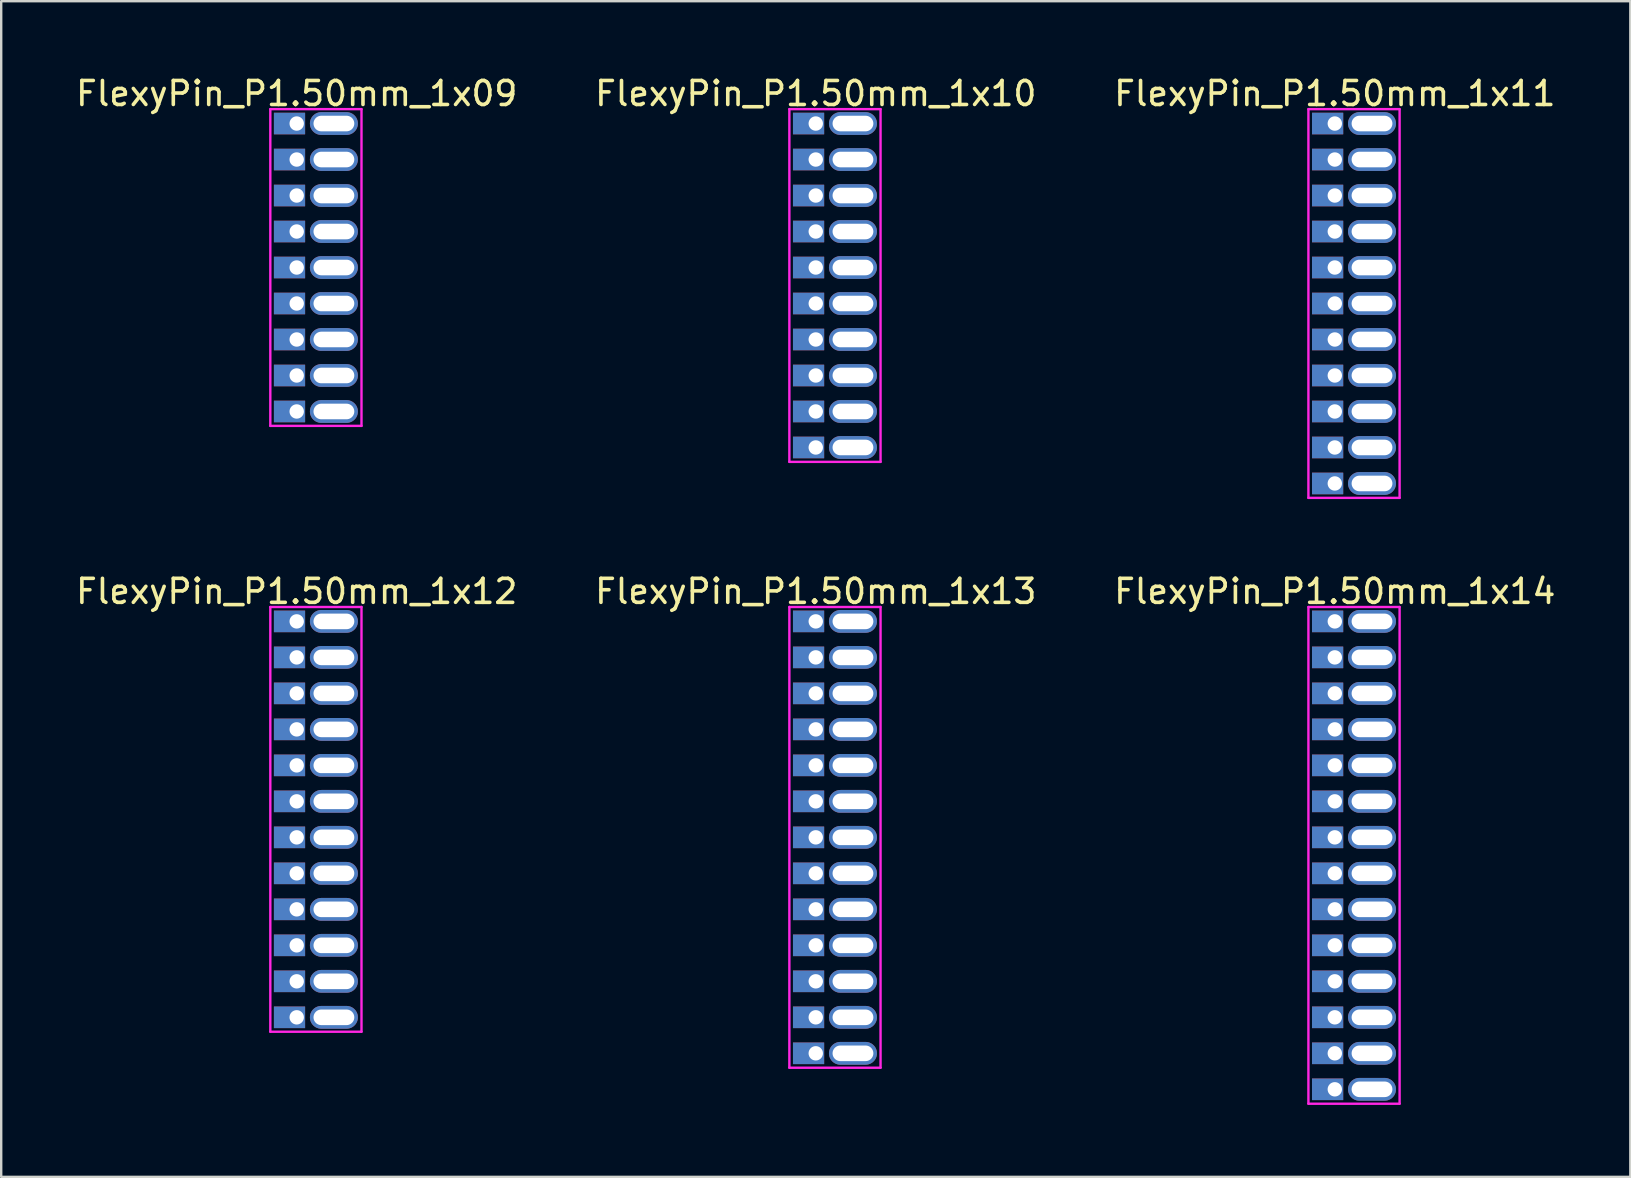
<source format=kicad_pcb>
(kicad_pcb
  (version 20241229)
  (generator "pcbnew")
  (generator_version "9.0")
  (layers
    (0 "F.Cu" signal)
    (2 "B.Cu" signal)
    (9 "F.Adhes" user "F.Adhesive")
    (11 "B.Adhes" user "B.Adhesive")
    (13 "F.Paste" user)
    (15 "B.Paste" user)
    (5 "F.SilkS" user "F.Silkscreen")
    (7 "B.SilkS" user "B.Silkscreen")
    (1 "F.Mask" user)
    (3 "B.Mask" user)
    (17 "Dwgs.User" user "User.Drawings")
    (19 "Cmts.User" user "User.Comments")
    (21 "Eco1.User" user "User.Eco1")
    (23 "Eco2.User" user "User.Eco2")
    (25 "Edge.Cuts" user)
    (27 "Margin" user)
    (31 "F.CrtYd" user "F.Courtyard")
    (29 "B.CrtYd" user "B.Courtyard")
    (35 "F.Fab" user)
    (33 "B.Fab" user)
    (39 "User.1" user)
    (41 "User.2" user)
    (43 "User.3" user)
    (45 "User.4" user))
  (footprint "FlexyPin_P1.50mm_1x09"
    (layer "F.Cu")
    (at 9.315 2.098)
    (property "Reference" "FlexyPin_P1.50mm_1x09" (at 0 -1.25 0) (layer "F.SilkS") (effects (font (size 1 1) (thickness 0.15))))
    (attr through_hole)
    (fp_line (start -1.1 -0.6) (end 2.7 -0.6) (stroke (width 0.1) (type solid)) (layer "F.CrtYd"))
    (fp_line (start -1.1 12.6) (end -1.1 -0.6) (stroke (width 0.1) (type solid)) (layer "F.CrtYd"))
    (fp_line (start 2.7 -0.6) (end 2.7 12.6) (stroke (width 0.1) (type solid)) (layer "F.CrtYd"))
    (fp_line (start 2.7 12.6) (end -1.1 12.6) (stroke (width 0.1) (type solid)) (layer "F.CrtYd"))
    (pad "" thru_hole oval (at 1.55 0) (size 2 0.95) (drill oval 1.7 0.65) (layers "*.Cu" "*.Mask"))
    (pad "" thru_hole oval (at 1.55 1.5) (size 2 0.95) (drill oval 1.7 0.65) (layers "*.Cu" "*.Mask"))
    (pad "" thru_hole oval (at 1.55 3) (size 2 0.95) (drill oval 1.7 0.65) (layers "*.Cu" "*.Mask"))
    (pad "" thru_hole oval (at 1.55 4.5) (size 2 0.95) (drill oval 1.7 0.65) (layers "*.Cu" "*.Mask"))
    (pad "" thru_hole oval (at 1.55 6) (size 2 0.95) (drill oval 1.7 0.65) (layers "*.Cu" "*.Mask"))
    (pad "" thru_hole oval (at 1.55 7.5) (size 2 0.95) (drill oval 1.7 0.65) (layers "*.Cu" "*.Mask"))
    (pad "" thru_hole oval (at 1.55 9) (size 2 0.95) (drill oval 1.7 0.65) (layers "*.Cu" "*.Mask"))
    (pad "" thru_hole oval (at 1.55 10.5) (size 2 0.95) (drill oval 1.7 0.65) (layers "*.Cu" "*.Mask"))
    (pad "" thru_hole oval (at 1.55 12) (size 2 0.95) (drill oval 1.7 0.65) (layers "*.Cu" "*.Mask"))
    (pad "1" thru_hole rect (at 0 0) (size 1.3 0.9) (drill 0.6 (offset -0.3 0)) (layers "*.Cu" "*.Mask"))
    (pad "2" thru_hole rect (at 0 1.5) (size 1.3 0.9) (drill 0.6 (offset -0.3 0)) (layers "*.Cu" "*.Mask"))
    (pad "3" thru_hole rect (at 0 3) (size 1.3 0.9) (drill 0.6 (offset -0.3 0)) (layers "*.Cu" "*.Mask"))
    (pad "4" thru_hole rect (at 0 4.5) (size 1.3 0.9) (drill 0.6 (offset -0.3 0)) (layers "*.Cu" "*.Mask"))
    (pad "5" thru_hole rect (at 0 6) (size 1.3 0.9) (drill 0.6 (offset -0.3 0)) (layers "*.Cu" "*.Mask"))
    (pad "6" thru_hole rect (at 0 7.5) (size 1.3 0.9) (drill 0.6 (offset -0.3 0)) (layers "*.Cu" "*.Mask"))
    (pad "7" thru_hole rect (at 0 9) (size 1.3 0.9) (drill 0.6 (offset -0.3 0)) (layers "*.Cu" "*.Mask"))
    (pad "8" thru_hole rect (at 0 10.5) (size 1.3 0.9) (drill 0.6 (offset -0.3 0)) (layers "*.Cu" "*.Mask"))
    (pad "9" thru_hole rect (at 0 12) (size 1.3 0.9) (drill 0.6 (offset -0.3 0)) (layers "*.Cu" "*.Mask")))
  (footprint "FlexyPin_P1.50mm_1x12"
    (layer "F.Cu")
    (at 9.315 22.846)
    (property "Reference" "FlexyPin_P1.50mm_1x12" (at 0 -1.25 0) (layer "F.SilkS") (effects (font (size 1 1) (thickness 0.15))))
    (attr through_hole)
    (fp_line (start -1.1 -0.6) (end 2.7 -0.6) (stroke (width 0.1) (type solid)) (layer "F.CrtYd"))
    (fp_line (start -1.1 17.1) (end -1.1 -0.6) (stroke (width 0.1) (type solid)) (layer "F.CrtYd"))
    (fp_line (start 2.7 -0.6) (end 2.7 17.1) (stroke (width 0.1) (type solid)) (layer "F.CrtYd"))
    (fp_line (start 2.7 17.1) (end -1.1 17.1) (stroke (width 0.1) (type solid)) (layer "F.CrtYd"))
    (pad "" thru_hole oval (at 1.55 0) (size 2 0.95) (drill oval 1.7 0.65) (layers "*.Cu" "*.Mask"))
    (pad "" thru_hole oval (at 1.55 1.5) (size 2 0.95) (drill oval 1.7 0.65) (layers "*.Cu" "*.Mask"))
    (pad "" thru_hole oval (at 1.55 3) (size 2 0.95) (drill oval 1.7 0.65) (layers "*.Cu" "*.Mask"))
    (pad "" thru_hole oval (at 1.55 4.5) (size 2 0.95) (drill oval 1.7 0.65) (layers "*.Cu" "*.Mask"))
    (pad "" thru_hole oval (at 1.55 6) (size 2 0.95) (drill oval 1.7 0.65) (layers "*.Cu" "*.Mask"))
    (pad "" thru_hole oval (at 1.55 7.5) (size 2 0.95) (drill oval 1.7 0.65) (layers "*.Cu" "*.Mask"))
    (pad "" thru_hole oval (at 1.55 9) (size 2 0.95) (drill oval 1.7 0.65) (layers "*.Cu" "*.Mask"))
    (pad "" thru_hole oval (at 1.55 10.5) (size 2 0.95) (drill oval 1.7 0.65) (layers "*.Cu" "*.Mask"))
    (pad "" thru_hole oval (at 1.55 12) (size 2 0.95) (drill oval 1.7 0.65) (layers "*.Cu" "*.Mask"))
    (pad "" thru_hole oval (at 1.55 13.5) (size 2 0.95) (drill oval 1.7 0.65) (layers "*.Cu" "*.Mask"))
    (pad "" thru_hole oval (at 1.55 15) (size 2 0.95) (drill oval 1.7 0.65) (layers "*.Cu" "*.Mask"))
    (pad "" thru_hole oval (at 1.55 16.5) (size 2 0.95) (drill oval 1.7 0.65) (layers "*.Cu" "*.Mask"))
    (pad "1" thru_hole rect (at 0 0) (size 1.3 0.9) (drill 0.6 (offset -0.3 0)) (layers "*.Cu" "*.Mask"))
    (pad "2" thru_hole rect (at 0 1.5) (size 1.3 0.9) (drill 0.6 (offset -0.3 0)) (layers "*.Cu" "*.Mask"))
    (pad "3" thru_hole rect (at 0 3) (size 1.3 0.9) (drill 0.6 (offset -0.3 0)) (layers "*.Cu" "*.Mask"))
    (pad "4" thru_hole rect (at 0 4.5) (size 1.3 0.9) (drill 0.6 (offset -0.3 0)) (layers "*.Cu" "*.Mask"))
    (pad "5" thru_hole rect (at 0 6) (size 1.3 0.9) (drill 0.6 (offset -0.3 0)) (layers "*.Cu" "*.Mask"))
    (pad "6" thru_hole rect (at 0 7.5) (size 1.3 0.9) (drill 0.6 (offset -0.3 0)) (layers "*.Cu" "*.Mask"))
    (pad "7" thru_hole rect (at 0 9) (size 1.3 0.9) (drill 0.6 (offset -0.3 0)) (layers "*.Cu" "*.Mask"))
    (pad "8" thru_hole rect (at 0 10.5) (size 1.3 0.9) (drill 0.6 (offset -0.3 0)) (layers "*.Cu" "*.Mask"))
    (pad "9" thru_hole rect (at 0 12) (size 1.3 0.9) (drill 0.6 (offset -0.3 0)) (layers "*.Cu" "*.Mask"))
    (pad "10" thru_hole rect (at 0 13.5) (size 1.3 0.9) (drill 0.6 (offset -0.3 0)) (layers "*.Cu" "*.Mask"))
    (pad "11" thru_hole rect (at 0 15) (size 1.3 0.9) (drill 0.6 (offset -0.3 0)) (layers "*.Cu" "*.Mask"))
    (pad "12" thru_hole rect (at 0 16.5) (size 1.3 0.9) (drill 0.6 (offset -0.3 0)) (layers "*.Cu" "*.Mask")))
  (footprint "FlexyPin_P1.50mm_1x11"
    (layer "F.Cu")
    (at 52.577 2.098)
    (property "Reference" "FlexyPin_P1.50mm_1x11" (at 0 -1.25 0) (layer "F.SilkS") (effects (font (size 1 1) (thickness 0.15))))
    (attr through_hole)
    (fp_line (start -1.1 -0.6) (end 2.7 -0.6) (stroke (width 0.1) (type solid)) (layer "F.CrtYd"))
    (fp_line (start -1.1 15.6) (end -1.1 -0.6) (stroke (width 0.1) (type solid)) (layer "F.CrtYd"))
    (fp_line (start 2.7 -0.6) (end 2.7 15.6) (stroke (width 0.1) (type solid)) (layer "F.CrtYd"))
    (fp_line (start 2.7 15.6) (end -1.1 15.6) (stroke (width 0.1) (type solid)) (layer "F.CrtYd"))
    (pad "" thru_hole oval (at 1.55 0) (size 2 0.95) (drill oval 1.7 0.65) (layers "*.Cu" "*.Mask"))
    (pad "" thru_hole oval (at 1.55 1.5) (size 2 0.95) (drill oval 1.7 0.65) (layers "*.Cu" "*.Mask"))
    (pad "" thru_hole oval (at 1.55 3) (size 2 0.95) (drill oval 1.7 0.65) (layers "*.Cu" "*.Mask"))
    (pad "" thru_hole oval (at 1.55 4.5) (size 2 0.95) (drill oval 1.7 0.65) (layers "*.Cu" "*.Mask"))
    (pad "" thru_hole oval (at 1.55 6) (size 2 0.95) (drill oval 1.7 0.65) (layers "*.Cu" "*.Mask"))
    (pad "" thru_hole oval (at 1.55 7.5) (size 2 0.95) (drill oval 1.7 0.65) (layers "*.Cu" "*.Mask"))
    (pad "" thru_hole oval (at 1.55 9) (size 2 0.95) (drill oval 1.7 0.65) (layers "*.Cu" "*.Mask"))
    (pad "" thru_hole oval (at 1.55 10.5) (size 2 0.95) (drill oval 1.7 0.65) (layers "*.Cu" "*.Mask"))
    (pad "" thru_hole oval (at 1.55 12) (size 2 0.95) (drill oval 1.7 0.65) (layers "*.Cu" "*.Mask"))
    (pad "" thru_hole oval (at 1.55 13.5) (size 2 0.95) (drill oval 1.7 0.65) (layers "*.Cu" "*.Mask"))
    (pad "" thru_hole oval (at 1.55 15) (size 2 0.95) (drill oval 1.7 0.65) (layers "*.Cu" "*.Mask"))
    (pad "1" thru_hole rect (at 0 0) (size 1.3 0.9) (drill 0.6 (offset -0.3 0)) (layers "*.Cu" "*.Mask"))
    (pad "2" thru_hole rect (at 0 1.5) (size 1.3 0.9) (drill 0.6 (offset -0.3 0)) (layers "*.Cu" "*.Mask"))
    (pad "3" thru_hole rect (at 0 3) (size 1.3 0.9) (drill 0.6 (offset -0.3 0)) (layers "*.Cu" "*.Mask"))
    (pad "4" thru_hole rect (at 0 4.5) (size 1.3 0.9) (drill 0.6 (offset -0.3 0)) (layers "*.Cu" "*.Mask"))
    (pad "5" thru_hole rect (at 0 6) (size 1.3 0.9) (drill 0.6 (offset -0.3 0)) (layers "*.Cu" "*.Mask"))
    (pad "6" thru_hole rect (at 0 7.5) (size 1.3 0.9) (drill 0.6 (offset -0.3 0)) (layers "*.Cu" "*.Mask"))
    (pad "7" thru_hole rect (at 0 9) (size 1.3 0.9) (drill 0.6 (offset -0.3 0)) (layers "*.Cu" "*.Mask"))
    (pad "8" thru_hole rect (at 0 10.5) (size 1.3 0.9) (drill 0.6 (offset -0.3 0)) (layers "*.Cu" "*.Mask"))
    (pad "9" thru_hole rect (at 0 12) (size 1.3 0.9) (drill 0.6 (offset -0.3 0)) (layers "*.Cu" "*.Mask"))
    (pad "10" thru_hole rect (at 0 13.5) (size 1.3 0.9) (drill 0.6 (offset -0.3 0)) (layers "*.Cu" "*.Mask"))
    (pad "11" thru_hole rect (at 0 15) (size 1.3 0.9) (drill 0.6 (offset -0.3 0)) (layers "*.Cu" "*.Mask")))
  (footprint "FlexyPin_P1.50mm_1x14"
    (layer "F.Cu")
    (at 52.577 22.846)
    (property "Reference" "FlexyPin_P1.50mm_1x14" (at 0 -1.25 0) (layer "F.SilkS") (effects (font (size 1 1) (thickness 0.15))))
    (attr through_hole)
    (fp_line (start -1.1 -0.6) (end 2.7 -0.6) (stroke (width 0.1) (type solid)) (layer "F.CrtYd"))
    (fp_line (start -1.1 20.1) (end -1.1 -0.6) (stroke (width 0.1) (type solid)) (layer "F.CrtYd"))
    (fp_line (start 2.7 -0.6) (end 2.7 20.1) (stroke (width 0.1) (type solid)) (layer "F.CrtYd"))
    (fp_line (start 2.7 20.1) (end -1.1 20.1) (stroke (width 0.1) (type solid)) (layer "F.CrtYd"))
    (pad "" thru_hole oval (at 1.55 0) (size 2 0.95) (drill oval 1.7 0.65) (layers "*.Cu" "*.Mask"))
    (pad "" thru_hole oval (at 1.55 1.5) (size 2 0.95) (drill oval 1.7 0.65) (layers "*.Cu" "*.Mask"))
    (pad "" thru_hole oval (at 1.55 3) (size 2 0.95) (drill oval 1.7 0.65) (layers "*.Cu" "*.Mask"))
    (pad "" thru_hole oval (at 1.55 4.5) (size 2 0.95) (drill oval 1.7 0.65) (layers "*.Cu" "*.Mask"))
    (pad "" thru_hole oval (at 1.55 6) (size 2 0.95) (drill oval 1.7 0.65) (layers "*.Cu" "*.Mask"))
    (pad "" thru_hole oval (at 1.55 7.5) (size 2 0.95) (drill oval 1.7 0.65) (layers "*.Cu" "*.Mask"))
    (pad "" thru_hole oval (at 1.55 9) (size 2 0.95) (drill oval 1.7 0.65) (layers "*.Cu" "*.Mask"))
    (pad "" thru_hole oval (at 1.55 10.5) (size 2 0.95) (drill oval 1.7 0.65) (layers "*.Cu" "*.Mask"))
    (pad "" thru_hole oval (at 1.55 12) (size 2 0.95) (drill oval 1.7 0.65) (layers "*.Cu" "*.Mask"))
    (pad "" thru_hole oval (at 1.55 13.5) (size 2 0.95) (drill oval 1.7 0.65) (layers "*.Cu" "*.Mask"))
    (pad "" thru_hole oval (at 1.55 15) (size 2 0.95) (drill oval 1.7 0.65) (layers "*.Cu" "*.Mask"))
    (pad "" thru_hole oval (at 1.55 16.5) (size 2 0.95) (drill oval 1.7 0.65) (layers "*.Cu" "*.Mask"))
    (pad "" thru_hole oval (at 1.55 18) (size 2 0.95) (drill oval 1.7 0.65) (layers "*.Cu" "*.Mask"))
    (pad "" thru_hole oval (at 1.55 19.5) (size 2 0.95) (drill oval 1.7 0.65) (layers "*.Cu" "*.Mask"))
    (pad "1" thru_hole rect (at 0 0) (size 1.3 0.9) (drill 0.6 (offset -0.3 0)) (layers "*.Cu" "*.Mask"))
    (pad "2" thru_hole rect (at 0 1.5) (size 1.3 0.9) (drill 0.6 (offset -0.3 0)) (layers "*.Cu" "*.Mask"))
    (pad "3" thru_hole rect (at 0 3) (size 1.3 0.9) (drill 0.6 (offset -0.3 0)) (layers "*.Cu" "*.Mask"))
    (pad "4" thru_hole rect (at 0 4.5) (size 1.3 0.9) (drill 0.6 (offset -0.3 0)) (layers "*.Cu" "*.Mask"))
    (pad "5" thru_hole rect (at 0 6) (size 1.3 0.9) (drill 0.6 (offset -0.3 0)) (layers "*.Cu" "*.Mask"))
    (pad "6" thru_hole rect (at 0 7.5) (size 1.3 0.9) (drill 0.6 (offset -0.3 0)) (layers "*.Cu" "*.Mask"))
    (pad "7" thru_hole rect (at 0 9) (size 1.3 0.9) (drill 0.6 (offset -0.3 0)) (layers "*.Cu" "*.Mask"))
    (pad "8" thru_hole rect (at 0 10.5) (size 1.3 0.9) (drill 0.6 (offset -0.3 0)) (layers "*.Cu" "*.Mask"))
    (pad "9" thru_hole rect (at 0 12) (size 1.3 0.9) (drill 0.6 (offset -0.3 0)) (layers "*.Cu" "*.Mask"))
    (pad "10" thru_hole rect (at 0 13.5) (size 1.3 0.9) (drill 0.6 (offset -0.3 0)) (layers "*.Cu" "*.Mask"))
    (pad "11" thru_hole rect (at 0 15) (size 1.3 0.9) (drill 0.6 (offset -0.3 0)) (layers "*.Cu" "*.Mask"))
    (pad "12" thru_hole rect (at 0 16.5) (size 1.3 0.9) (drill 0.6 (offset -0.3 0)) (layers "*.Cu" "*.Mask"))
    (pad "13" thru_hole rect (at 0 18) (size 1.3 0.9) (drill 0.6 (offset -0.3 0)) (layers "*.Cu" "*.Mask"))
    (pad "14" thru_hole rect (at 0 19.5) (size 1.3 0.9) (drill 0.6 (offset -0.3 0)) (layers "*.Cu" "*.Mask")))
  (footprint "FlexyPin_P1.50mm_1x13"
    (layer "F.Cu")
    (at 30.946 22.846)
    (property "Reference" "FlexyPin_P1.50mm_1x13" (at 0 -1.25 0) (layer "F.SilkS") (effects (font (size 1 1) (thickness 0.15))))
    (attr through_hole)
    (fp_line (start -1.1 -0.6) (end 2.7 -0.6) (stroke (width 0.1) (type solid)) (layer "F.CrtYd"))
    (fp_line (start -1.1 18.6) (end -1.1 -0.6) (stroke (width 0.1) (type solid)) (layer "F.CrtYd"))
    (fp_line (start 2.7 -0.6) (end 2.7 18.6) (stroke (width 0.1) (type solid)) (layer "F.CrtYd"))
    (fp_line (start 2.7 18.6) (end -1.1 18.6) (stroke (width 0.1) (type solid)) (layer "F.CrtYd"))
    (pad "" thru_hole oval (at 1.55 0) (size 2 0.95) (drill oval 1.7 0.65) (layers "*.Cu" "*.Mask"))
    (pad "" thru_hole oval (at 1.55 1.5) (size 2 0.95) (drill oval 1.7 0.65) (layers "*.Cu" "*.Mask"))
    (pad "" thru_hole oval (at 1.55 3) (size 2 0.95) (drill oval 1.7 0.65) (layers "*.Cu" "*.Mask"))
    (pad "" thru_hole oval (at 1.55 4.5) (size 2 0.95) (drill oval 1.7 0.65) (layers "*.Cu" "*.Mask"))
    (pad "" thru_hole oval (at 1.55 6) (size 2 0.95) (drill oval 1.7 0.65) (layers "*.Cu" "*.Mask"))
    (pad "" thru_hole oval (at 1.55 7.5) (size 2 0.95) (drill oval 1.7 0.65) (layers "*.Cu" "*.Mask"))
    (pad "" thru_hole oval (at 1.55 9) (size 2 0.95) (drill oval 1.7 0.65) (layers "*.Cu" "*.Mask"))
    (pad "" thru_hole oval (at 1.55 10.5) (size 2 0.95) (drill oval 1.7 0.65) (layers "*.Cu" "*.Mask"))
    (pad "" thru_hole oval (at 1.55 12) (size 2 0.95) (drill oval 1.7 0.65) (layers "*.Cu" "*.Mask"))
    (pad "" thru_hole oval (at 1.55 13.5) (size 2 0.95) (drill oval 1.7 0.65) (layers "*.Cu" "*.Mask"))
    (pad "" thru_hole oval (at 1.55 15) (size 2 0.95) (drill oval 1.7 0.65) (layers "*.Cu" "*.Mask"))
    (pad "" thru_hole oval (at 1.55 16.5) (size 2 0.95) (drill oval 1.7 0.65) (layers "*.Cu" "*.Mask"))
    (pad "" thru_hole oval (at 1.55 18) (size 2 0.95) (drill oval 1.7 0.65) (layers "*.Cu" "*.Mask"))
    (pad "1" thru_hole rect (at 0 0) (size 1.3 0.9) (drill 0.6 (offset -0.3 0)) (layers "*.Cu" "*.Mask"))
    (pad "2" thru_hole rect (at 0 1.5) (size 1.3 0.9) (drill 0.6 (offset -0.3 0)) (layers "*.Cu" "*.Mask"))
    (pad "3" thru_hole rect (at 0 3) (size 1.3 0.9) (drill 0.6 (offset -0.3 0)) (layers "*.Cu" "*.Mask"))
    (pad "4" thru_hole rect (at 0 4.5) (size 1.3 0.9) (drill 0.6 (offset -0.3 0)) (layers "*.Cu" "*.Mask"))
    (pad "5" thru_hole rect (at 0 6) (size 1.3 0.9) (drill 0.6 (offset -0.3 0)) (layers "*.Cu" "*.Mask"))
    (pad "6" thru_hole rect (at 0 7.5) (size 1.3 0.9) (drill 0.6 (offset -0.3 0)) (layers "*.Cu" "*.Mask"))
    (pad "7" thru_hole rect (at 0 9) (size 1.3 0.9) (drill 0.6 (offset -0.3 0)) (layers "*.Cu" "*.Mask"))
    (pad "8" thru_hole rect (at 0 10.5) (size 1.3 0.9) (drill 0.6 (offset -0.3 0)) (layers "*.Cu" "*.Mask"))
    (pad "9" thru_hole rect (at 0 12) (size 1.3 0.9) (drill 0.6 (offset -0.3 0)) (layers "*.Cu" "*.Mask"))
    (pad "10" thru_hole rect (at 0 13.5) (size 1.3 0.9) (drill 0.6 (offset -0.3 0)) (layers "*.Cu" "*.Mask"))
    (pad "11" thru_hole rect (at 0 15) (size 1.3 0.9) (drill 0.6 (offset -0.3 0)) (layers "*.Cu" "*.Mask"))
    (pad "12" thru_hole rect (at 0 16.5) (size 1.3 0.9) (drill 0.6 (offset -0.3 0)) (layers "*.Cu" "*.Mask"))
    (pad "13" thru_hole rect (at 0 18) (size 1.3 0.9) (drill 0.6 (offset -0.3 0)) (layers "*.Cu" "*.Mask")))
  (footprint "FlexyPin_P1.50mm_1x10"
    (layer "F.Cu")
    (at 30.946 2.098)
    (property "Reference" "FlexyPin_P1.50mm_1x10" (at 0 -1.25 0) (layer "F.SilkS") (effects (font (size 1 1) (thickness 0.15))))
    (attr through_hole)
    (fp_line (start -1.1 -0.6) (end 2.7 -0.6) (stroke (width 0.1) (type solid)) (layer "F.CrtYd"))
    (fp_line (start -1.1 14.1) (end -1.1 -0.6) (stroke (width 0.1) (type solid)) (layer "F.CrtYd"))
    (fp_line (start 2.7 -0.6) (end 2.7 14.1) (stroke (width 0.1) (type solid)) (layer "F.CrtYd"))
    (fp_line (start 2.7 14.1) (end -1.1 14.1) (stroke (width 0.1) (type solid)) (layer "F.CrtYd"))
    (pad "" thru_hole oval (at 1.55 0) (size 2 0.95) (drill oval 1.7 0.65) (layers "*.Cu" "*.Mask"))
    (pad "" thru_hole oval (at 1.55 1.5) (size 2 0.95) (drill oval 1.7 0.65) (layers "*.Cu" "*.Mask"))
    (pad "" thru_hole oval (at 1.55 3) (size 2 0.95) (drill oval 1.7 0.65) (layers "*.Cu" "*.Mask"))
    (pad "" thru_hole oval (at 1.55 4.5) (size 2 0.95) (drill oval 1.7 0.65) (layers "*.Cu" "*.Mask"))
    (pad "" thru_hole oval (at 1.55 6) (size 2 0.95) (drill oval 1.7 0.65) (layers "*.Cu" "*.Mask"))
    (pad "" thru_hole oval (at 1.55 7.5) (size 2 0.95) (drill oval 1.7 0.65) (layers "*.Cu" "*.Mask"))
    (pad "" thru_hole oval (at 1.55 9) (size 2 0.95) (drill oval 1.7 0.65) (layers "*.Cu" "*.Mask"))
    (pad "" thru_hole oval (at 1.55 10.5) (size 2 0.95) (drill oval 1.7 0.65) (layers "*.Cu" "*.Mask"))
    (pad "" thru_hole oval (at 1.55 12) (size 2 0.95) (drill oval 1.7 0.65) (layers "*.Cu" "*.Mask"))
    (pad "" thru_hole oval (at 1.55 13.5) (size 2 0.95) (drill oval 1.7 0.65) (layers "*.Cu" "*.Mask"))
    (pad "1" thru_hole rect (at 0 0) (size 1.3 0.9) (drill 0.6 (offset -0.3 0)) (layers "*.Cu" "*.Mask"))
    (pad "2" thru_hole rect (at 0 1.5) (size 1.3 0.9) (drill 0.6 (offset -0.3 0)) (layers "*.Cu" "*.Mask"))
    (pad "3" thru_hole rect (at 0 3) (size 1.3 0.9) (drill 0.6 (offset -0.3 0)) (layers "*.Cu" "*.Mask"))
    (pad "4" thru_hole rect (at 0 4.5) (size 1.3 0.9) (drill 0.6 (offset -0.3 0)) (layers "*.Cu" "*.Mask"))
    (pad "5" thru_hole rect (at 0 6) (size 1.3 0.9) (drill 0.6 (offset -0.3 0)) (layers "*.Cu" "*.Mask"))
    (pad "6" thru_hole rect (at 0 7.5) (size 1.3 0.9) (drill 0.6 (offset -0.3 0)) (layers "*.Cu" "*.Mask"))
    (pad "7" thru_hole rect (at 0 9) (size 1.3 0.9) (drill 0.6 (offset -0.3 0)) (layers "*.Cu" "*.Mask"))
    (pad "8" thru_hole rect (at 0 10.5) (size 1.3 0.9) (drill 0.6 (offset -0.3 0)) (layers "*.Cu" "*.Mask"))
    (pad "9" thru_hole rect (at 0 12) (size 1.3 0.9) (drill 0.6 (offset -0.3 0)) (layers "*.Cu" "*.Mask"))
    (pad "10" thru_hole rect (at 0 13.5) (size 1.3 0.9) (drill 0.6 (offset -0.3 0)) (layers "*.Cu" "*.Mask")))
  (gr_rect
    (start -3 -3)
    (end 64.893 45.996)
    (stroke (width 0.1) (type default))
    (fill no)
    (layer "Edge.Cuts")))
</source>
